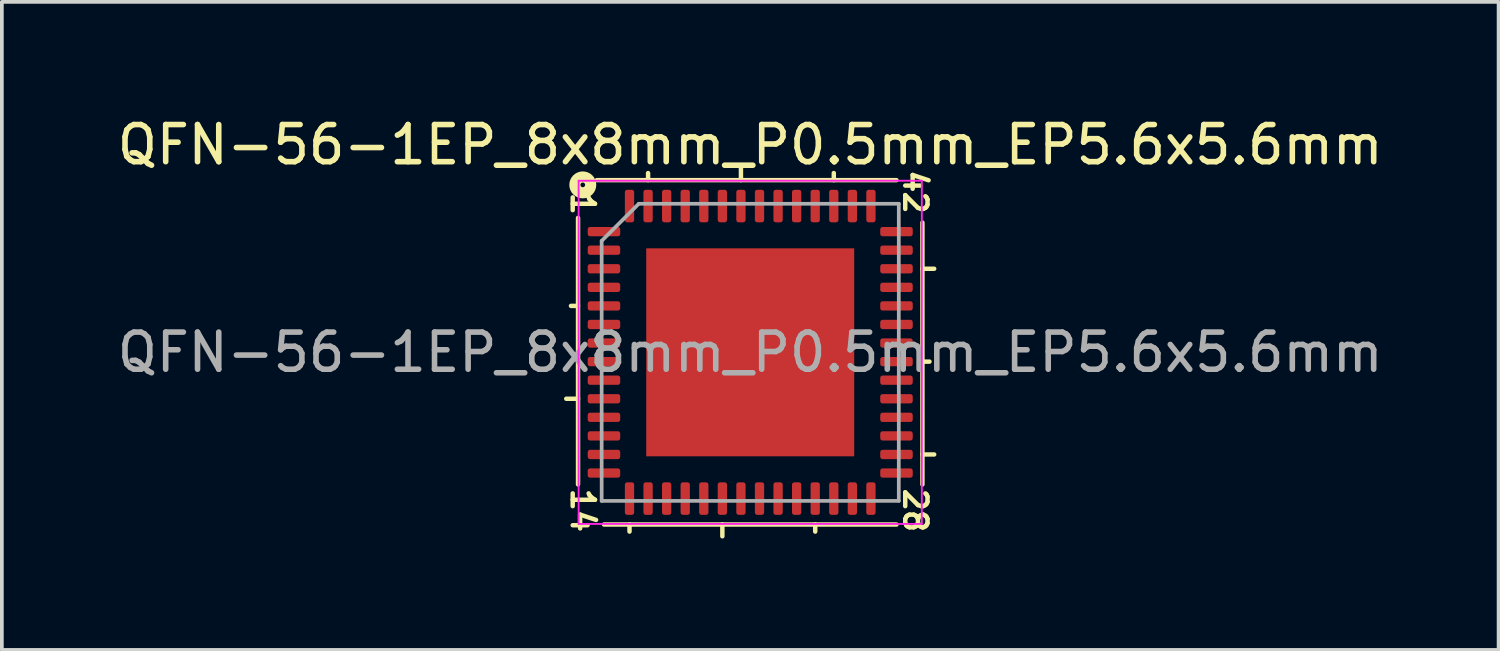
<source format=kicad_pcb>
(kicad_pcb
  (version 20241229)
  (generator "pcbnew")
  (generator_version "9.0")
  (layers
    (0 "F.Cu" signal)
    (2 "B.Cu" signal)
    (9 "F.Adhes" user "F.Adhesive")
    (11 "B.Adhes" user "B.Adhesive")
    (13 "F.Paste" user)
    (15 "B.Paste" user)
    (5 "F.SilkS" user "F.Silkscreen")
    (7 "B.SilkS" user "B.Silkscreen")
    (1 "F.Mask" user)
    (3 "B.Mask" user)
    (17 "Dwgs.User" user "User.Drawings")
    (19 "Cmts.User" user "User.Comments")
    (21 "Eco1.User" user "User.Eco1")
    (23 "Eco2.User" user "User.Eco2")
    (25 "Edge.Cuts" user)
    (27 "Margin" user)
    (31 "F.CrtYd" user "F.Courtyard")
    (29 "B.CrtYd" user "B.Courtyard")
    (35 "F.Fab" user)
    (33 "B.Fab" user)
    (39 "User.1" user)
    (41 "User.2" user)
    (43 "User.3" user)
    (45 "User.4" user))
  (footprint "QFN-56-1EP_8x8mm_P0.5mm_EP5.6x5.6mm"
    (layer "F.Cu")
    (at 17.149 6.436)
    (property "Reference" "QFN-56-1EP_8x8mm_P0.5mm_EP5.6x5.6mm" (at 0 -5.588 0) (layer "F.SilkS") (effects (font (size 1 1) (thickness 0.15))))
    (attr smd)
    (fp_line (start -4.636 -3.619) (end -4.636 3.556) (stroke (width 0.12) (type solid)) (layer "F.SilkS"))
    (fp_line (start -4.636 -1.25) (end -4.826 -1.25) (stroke (width 0.12) (type solid)) (layer "F.SilkS"))
    (fp_line (start -4.636 1.25) (end -4.953 1.25) (stroke (width 0.12) (type solid)) (layer "F.SilkS"))
    (fp_line (start -3.937 4.636) (end 3.937 4.636) (stroke (width 0.12) (type solid)) (layer "F.SilkS"))
    (fp_line (start -3.25 4.826) (end -3.25 4.636) (stroke (width 0.12) (type solid)) (layer "F.SilkS"))
    (fp_line (start -2.75 -4.636) (end -2.75 -4.826) (stroke (width 0.12) (type solid)) (layer "F.SilkS"))
    (fp_line (start -0.75 4.953) (end -0.75 4.636) (stroke (width 0.12) (type solid)) (layer "F.SilkS"))
    (fp_line (start -0.25 -4.636) (end -0.25 -4.953) (stroke (width 0.12) (type solid)) (layer "F.SilkS"))
    (fp_line (start 1.75 4.826) (end 1.75 4.636) (stroke (width 0.12) (type solid)) (layer "F.SilkS"))
    (fp_line (start 2.25 -4.636) (end 2.25 -4.826) (stroke (width 0.12) (type solid)) (layer "F.SilkS"))
    (fp_line (start 3.937 -4.636) (end -4.128 -4.636) (stroke (width 0.12) (type solid)) (layer "F.SilkS"))
    (fp_line (start 4.636 -2.25) (end 4.953 -2.25) (stroke (width 0.12) (type solid)) (layer "F.SilkS"))
    (fp_line (start 4.636 0.25) (end 4.826 0.25) (stroke (width 0.12) (type solid)) (layer "F.SilkS"))
    (fp_line (start 4.636 2.75) (end 4.953 2.75) (stroke (width 0.12) (type solid)) (layer "F.SilkS"))
    (fp_line (start 4.636 3.556) (end 4.636 -3.493) (stroke (width 0.12) (type solid)) (layer "F.SilkS"))
    (fp_circle (center -4.508 -4.508) (end -4.445 -4.508) (stroke (width 0.3) (type solid)) (fill no) (layer "F.SilkS"))
    (fp_line (start -4.62 -4.62) (end -4.62 4.62) (stroke (width 0.05) (type solid)) (layer "F.CrtYd"))
    (fp_line (start -4.62 4.62) (end 4.62 4.62) (stroke (width 0.05) (type solid)) (layer "F.CrtYd"))
    (fp_line (start 4.62 -4.62) (end -4.62 -4.62) (stroke (width 0.05) (type solid)) (layer "F.CrtYd"))
    (fp_line (start 4.62 4.62) (end 4.62 -4.62) (stroke (width 0.05) (type solid)) (layer "F.CrtYd"))
    (fp_line (start -4 -3) (end -3 -4) (stroke (width 0.1) (type solid)) (layer "F.Fab"))
    (fp_line (start -4 4) (end -4 -3) (stroke (width 0.1) (type solid)) (layer "F.Fab"))
    (fp_line (start -3 -4) (end 4 -4) (stroke (width 0.1) (type solid)) (layer "F.Fab"))
    (fp_line (start 4 -4) (end 4 4) (stroke (width 0.1) (type solid)) (layer "F.Fab"))
    (fp_line (start 4 4) (end -4 4) (stroke (width 0.1) (type solid)) (layer "F.Fab"))
    (fp_text user "42" (at 4.445 -4.318 270) (unlocked yes) (layer "F.SilkS") (effects (font (size 0.6 0.6) (thickness 0.12))))
    (fp_text user "1" (at -4.508 -4 270) (unlocked yes) (layer "F.SilkS") (effects (font (size 0.6 0.6) (thickness 0.12))))
    (fp_text user "28" (at 4.445 4.255 270) (unlocked yes) (layer "F.SilkS") (effects (font (size 0.6 0.6) (thickness 0.12))))
    (fp_text user "14" (at -4.508 4.255 270) (unlocked yes) (layer "F.SilkS") (effects (font (size 0.6 0.6) (thickness 0.12))))
    (fp_text user "${REFERENCE}" (at 0 0 0) (layer "F.Fab") (effects (font (size 1 1) (thickness 0.15))))
    (pad "" smd roundrect (at -2.1 -2.1) (size 1.13 1.13) (layers "F.Paste") (roundrect_rratio 0.221))
    (pad "" smd roundrect (at -2.1 -0.7) (size 1.13 1.13) (layers "F.Paste") (roundrect_rratio 0.221))
    (pad "" smd roundrect (at -2.1 0.7) (size 1.13 1.13) (layers "F.Paste") (roundrect_rratio 0.221))
    (pad "" smd roundrect (at -2.1 2.1) (size 1.13 1.13) (layers "F.Paste") (roundrect_rratio 0.221))
    (pad "" smd roundrect (at -0.7 -2.1) (size 1.13 1.13) (layers "F.Paste") (roundrect_rratio 0.221))
    (pad "" smd roundrect (at -0.7 -0.7) (size 1.13 1.13) (layers "F.Paste") (roundrect_rratio 0.221))
    (pad "" smd roundrect (at -0.7 0.7) (size 1.13 1.13) (layers "F.Paste") (roundrect_rratio 0.221))
    (pad "" smd roundrect (at -0.7 2.1) (size 1.13 1.13) (layers "F.Paste") (roundrect_rratio 0.221))
    (pad "" smd roundrect (at 0.7 -2.1) (size 1.13 1.13) (layers "F.Paste") (roundrect_rratio 0.221))
    (pad "" smd roundrect (at 0.7 -0.7) (size 1.13 1.13) (layers "F.Paste") (roundrect_rratio 0.221))
    (pad "" smd roundrect (at 0.7 0.7) (size 1.13 1.13) (layers "F.Paste") (roundrect_rratio 0.221))
    (pad "" smd roundrect (at 0.7 2.1) (size 1.13 1.13) (layers "F.Paste") (roundrect_rratio 0.221))
    (pad "" smd roundrect (at 2.1 -2.1) (size 1.13 1.13) (layers "F.Paste") (roundrect_rratio 0.221))
    (pad "" smd roundrect (at 2.1 -0.7) (size 1.13 1.13) (layers "F.Paste") (roundrect_rratio 0.221))
    (pad "" smd roundrect (at 2.1 0.7) (size 1.13 1.13) (layers "F.Paste") (roundrect_rratio 0.221))
    (pad "" smd roundrect (at 2.1 2.1) (size 1.13 1.13) (layers "F.Paste") (roundrect_rratio 0.221))
    (pad "1" smd roundrect (at -3.938 -3.25) (size 0.875 0.25) (layers "F.Cu" "F.Mask" "F.Paste") (roundrect_rratio 0.25))
    (pad "2" smd roundrect (at -3.938 -2.75) (size 0.875 0.25) (layers "F.Cu" "F.Mask" "F.Paste") (roundrect_rratio 0.25))
    (pad "3" smd roundrect (at -3.938 -2.25) (size 0.875 0.25) (layers "F.Cu" "F.Mask" "F.Paste") (roundrect_rratio 0.25))
    (pad "4" smd roundrect (at -3.938 -1.75) (size 0.875 0.25) (layers "F.Cu" "F.Mask" "F.Paste") (roundrect_rratio 0.25))
    (pad "5" smd roundrect (at -3.938 -1.25) (size 0.875 0.25) (layers "F.Cu" "F.Mask" "F.Paste") (roundrect_rratio 0.25))
    (pad "6" smd roundrect (at -3.938 -0.75) (size 0.875 0.25) (layers "F.Cu" "F.Mask" "F.Paste") (roundrect_rratio 0.25))
    (pad "7" smd roundrect (at -3.938 -0.25) (size 0.875 0.25) (layers "F.Cu" "F.Mask" "F.Paste") (roundrect_rratio 0.25))
    (pad "8" smd roundrect (at -3.938 0.25) (size 0.875 0.25) (layers "F.Cu" "F.Mask" "F.Paste") (roundrect_rratio 0.25))
    (pad "9" smd roundrect (at -3.938 0.75) (size 0.875 0.25) (layers "F.Cu" "F.Mask" "F.Paste") (roundrect_rratio 0.25))
    (pad "10" smd roundrect (at -3.938 1.25) (size 0.875 0.25) (layers "F.Cu" "F.Mask" "F.Paste") (roundrect_rratio 0.25))
    (pad "11" smd roundrect (at -3.938 1.75) (size 0.875 0.25) (layers "F.Cu" "F.Mask" "F.Paste") (roundrect_rratio 0.25))
    (pad "12" smd roundrect (at -3.938 2.25) (size 0.875 0.25) (layers "F.Cu" "F.Mask" "F.Paste") (roundrect_rratio 0.25))
    (pad "13" smd roundrect (at -3.938 2.75) (size 0.875 0.25) (layers "F.Cu" "F.Mask" "F.Paste") (roundrect_rratio 0.25))
    (pad "14" smd roundrect (at -3.938 3.25) (size 0.875 0.25) (layers "F.Cu" "F.Mask" "F.Paste") (roundrect_rratio 0.25))
    (pad "15" smd roundrect (at -3.25 3.938) (size 0.25 0.875) (layers "F.Cu" "F.Mask" "F.Paste") (roundrect_rratio 0.25))
    (pad "16" smd roundrect (at -2.75 3.938) (size 0.25 0.875) (layers "F.Cu" "F.Mask" "F.Paste") (roundrect_rratio 0.25))
    (pad "17" smd roundrect (at -2.25 3.938) (size 0.25 0.875) (layers "F.Cu" "F.Mask" "F.Paste") (roundrect_rratio 0.25))
    (pad "18" smd roundrect (at -1.75 3.938) (size 0.25 0.875) (layers "F.Cu" "F.Mask" "F.Paste") (roundrect_rratio 0.25))
    (pad "19" smd roundrect (at -1.25 3.938) (size 0.25 0.875) (layers "F.Cu" "F.Mask" "F.Paste") (roundrect_rratio 0.25))
    (pad "20" smd roundrect (at -0.75 3.938) (size 0.25 0.875) (layers "F.Cu" "F.Mask" "F.Paste") (roundrect_rratio 0.25))
    (pad "21" smd roundrect (at -0.25 3.938) (size 0.25 0.875) (layers "F.Cu" "F.Mask" "F.Paste") (roundrect_rratio 0.25))
    (pad "22" smd roundrect (at 0.25 3.938) (size 0.25 0.875) (layers "F.Cu" "F.Mask" "F.Paste") (roundrect_rratio 0.25))
    (pad "23" smd roundrect (at 0.75 3.938) (size 0.25 0.875) (layers "F.Cu" "F.Mask" "F.Paste") (roundrect_rratio 0.25))
    (pad "24" smd roundrect (at 1.25 3.938) (size 0.25 0.875) (layers "F.Cu" "F.Mask" "F.Paste") (roundrect_rratio 0.25))
    (pad "25" smd roundrect (at 1.75 3.938) (size 0.25 0.875) (layers "F.Cu" "F.Mask" "F.Paste") (roundrect_rratio 0.25))
    (pad "26" smd roundrect (at 2.25 3.938) (size 0.25 0.875) (layers "F.Cu" "F.Mask" "F.Paste") (roundrect_rratio 0.25))
    (pad "27" smd roundrect (at 2.75 3.938) (size 0.25 0.875) (layers "F.Cu" "F.Mask" "F.Paste") (roundrect_rratio 0.25))
    (pad "28" smd roundrect (at 3.25 3.938) (size 0.25 0.875) (layers "F.Cu" "F.Mask" "F.Paste") (roundrect_rratio 0.25))
    (pad "29" smd roundrect (at 3.938 3.25) (size 0.875 0.25) (layers "F.Cu" "F.Mask" "F.Paste") (roundrect_rratio 0.25))
    (pad "30" smd roundrect (at 3.938 2.75) (size 0.875 0.25) (layers "F.Cu" "F.Mask" "F.Paste") (roundrect_rratio 0.25))
    (pad "31" smd roundrect (at 3.938 2.25) (size 0.875 0.25) (layers "F.Cu" "F.Mask" "F.Paste") (roundrect_rratio 0.25))
    (pad "32" smd roundrect (at 3.938 1.75) (size 0.875 0.25) (layers "F.Cu" "F.Mask" "F.Paste") (roundrect_rratio 0.25))
    (pad "33" smd roundrect (at 3.938 1.25) (size 0.875 0.25) (layers "F.Cu" "F.Mask" "F.Paste") (roundrect_rratio 0.25))
    (pad "34" smd roundrect (at 3.938 0.75) (size 0.875 0.25) (layers "F.Cu" "F.Mask" "F.Paste") (roundrect_rratio 0.25))
    (pad "35" smd roundrect (at 3.938 0.25) (size 0.875 0.25) (layers "F.Cu" "F.Mask" "F.Paste") (roundrect_rratio 0.25))
    (pad "36" smd roundrect (at 3.938 -0.25) (size 0.875 0.25) (layers "F.Cu" "F.Mask" "F.Paste") (roundrect_rratio 0.25))
    (pad "37" smd roundrect (at 3.938 -0.75) (size 0.875 0.25) (layers "F.Cu" "F.Mask" "F.Paste") (roundrect_rratio 0.25))
    (pad "38" smd roundrect (at 3.938 -1.25) (size 0.875 0.25) (layers "F.Cu" "F.Mask" "F.Paste") (roundrect_rratio 0.25))
    (pad "39" smd roundrect (at 3.938 -1.75) (size 0.875 0.25) (layers "F.Cu" "F.Mask" "F.Paste") (roundrect_rratio 0.25))
    (pad "40" smd roundrect (at 3.938 -2.25) (size 0.875 0.25) (layers "F.Cu" "F.Mask" "F.Paste") (roundrect_rratio 0.25))
    (pad "41" smd roundrect (at 3.938 -2.75) (size 0.875 0.25) (layers "F.Cu" "F.Mask" "F.Paste") (roundrect_rratio 0.25))
    (pad "42" smd roundrect (at 3.938 -3.25) (size 0.875 0.25) (layers "F.Cu" "F.Mask" "F.Paste") (roundrect_rratio 0.25))
    (pad "43" smd roundrect (at 3.25 -3.938) (size 0.25 0.875) (layers "F.Cu" "F.Mask" "F.Paste") (roundrect_rratio 0.25))
    (pad "44" smd roundrect (at 2.75 -3.938) (size 0.25 0.875) (layers "F.Cu" "F.Mask" "F.Paste") (roundrect_rratio 0.25))
    (pad "45" smd roundrect (at 2.25 -3.938) (size 0.25 0.875) (layers "F.Cu" "F.Mask" "F.Paste") (roundrect_rratio 0.25))
    (pad "46" smd roundrect (at 1.75 -3.938) (size 0.25 0.875) (layers "F.Cu" "F.Mask" "F.Paste") (roundrect_rratio 0.25))
    (pad "47" smd roundrect (at 1.25 -3.938) (size 0.25 0.875) (layers "F.Cu" "F.Mask" "F.Paste") (roundrect_rratio 0.25))
    (pad "48" smd roundrect (at 0.75 -3.938) (size 0.25 0.875) (layers "F.Cu" "F.Mask" "F.Paste") (roundrect_rratio 0.25))
    (pad "49" smd roundrect (at 0.25 -3.938) (size 0.25 0.875) (layers "F.Cu" "F.Mask" "F.Paste") (roundrect_rratio 0.25))
    (pad "50" smd roundrect (at -0.25 -3.938) (size 0.25 0.875) (layers "F.Cu" "F.Mask" "F.Paste") (roundrect_rratio 0.25))
    (pad "51" smd roundrect (at -0.75 -3.938) (size 0.25 0.875) (layers "F.Cu" "F.Mask" "F.Paste") (roundrect_rratio 0.25))
    (pad "52" smd roundrect (at -1.25 -3.938) (size 0.25 0.875) (layers "F.Cu" "F.Mask" "F.Paste") (roundrect_rratio 0.25))
    (pad "53" smd roundrect (at -1.75 -3.938) (size 0.25 0.875) (layers "F.Cu" "F.Mask" "F.Paste") (roundrect_rratio 0.25))
    (pad "54" smd roundrect (at -2.25 -3.938) (size 0.25 0.875) (layers "F.Cu" "F.Mask" "F.Paste") (roundrect_rratio 0.25))
    (pad "55" smd roundrect (at -2.75 -3.938) (size 0.25 0.875) (layers "F.Cu" "F.Mask" "F.Paste") (roundrect_rratio 0.25))
    (pad "56" smd roundrect (at -3.25 -3.938) (size 0.25 0.875) (layers "F.Cu" "F.Mask" "F.Paste") (roundrect_rratio 0.25))
    (pad "57" smd rect (at 0 0) (size 5.6 5.6) (layers "F.Cu" "F.Mask")))
  (gr_rect
    (start -3 -3)
    (end 37.298 14.449)
    (stroke (width 0.1) (type default))
    (fill no)
    (layer "Edge.Cuts")))
</source>
